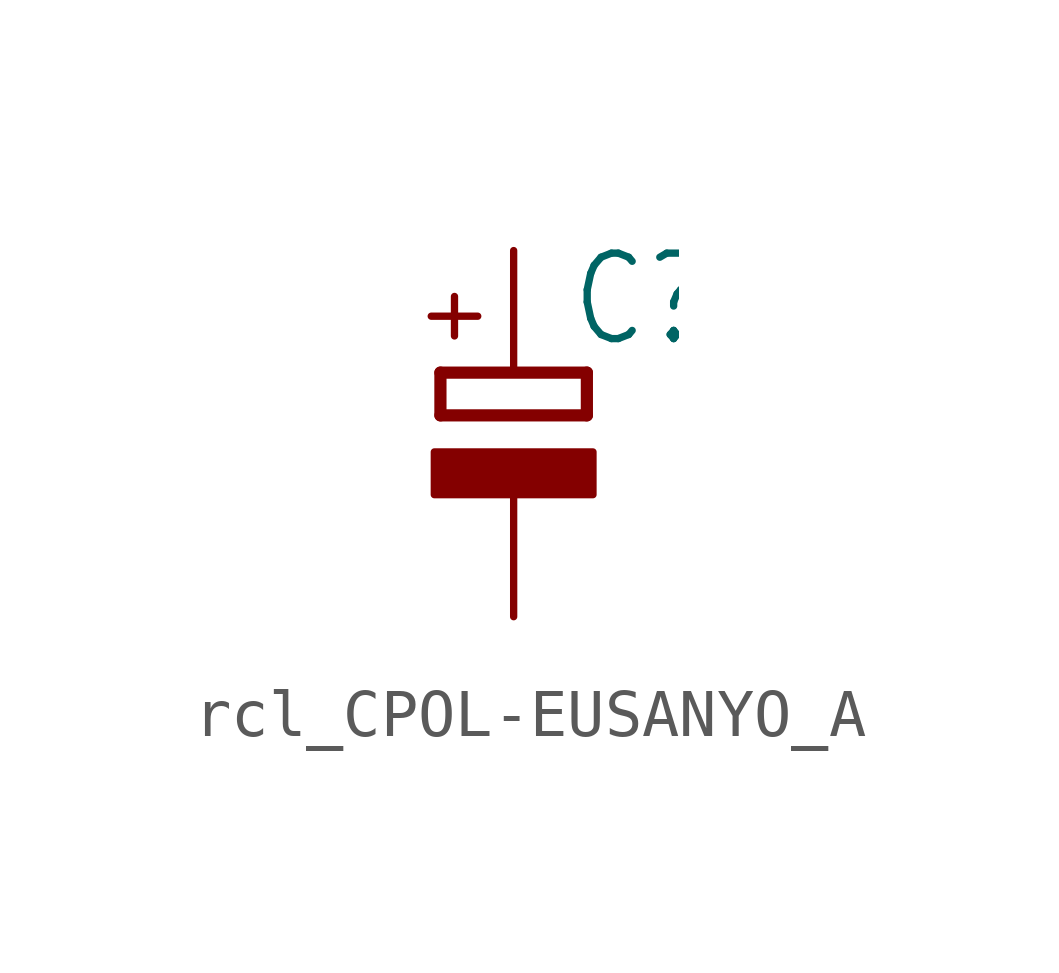
<source format=kicad_sym>
(kicad_symbol_lib
  (version 20241209)
  (generator "kicad_symbol_editor")
  (generator_version "9.0")
  (symbol "rcl_CPOL-EUSANYO_A"
    (property "Reference" "C"
      (at 1.143 0.483 0)
      (effects (font (size 1.778 1.511)) (justify left bottom)))
    (property "Value" ""
      (at 1.143 -4.597 0)
      (effects (font (size 1.778 1.511)) (justify left bottom)))
    (property "ki_locked" ""
      (at 0 0 0)
      (effects (font (size 1.27 1.27))))
    (symbol "rcl_CPOL-EUSANYO_A_1_0"
      (rectangle (start -1.651 -2.54) (end 1.651 -1.651) (stroke (width 0) (type default)) (fill (type outline)))
      (polyline (pts (xy -1.524 0) (xy -1.524 -0.889)) (stroke (width 0.254) (type solid)) (fill (type none)))
      (polyline (pts (xy -1.524 0) (xy 1.524 0)) (stroke (width 0.254) (type solid)) (fill (type none)))
      (polyline (pts (xy -1.524 -0.889) (xy 1.524 -0.889)) (stroke (width 0.254) (type solid)) (fill (type none)))
      (polyline (pts (xy 1.524 -0.889) (xy 1.524 0)) (stroke (width 0.254) (type solid)) (fill (type none)))
      (text "+" (at -0.584 0.406 900) (effects (font (size 1.27 1.079)) (justify left bottom)))
      (pin passive line (at 0 2.54 270) (length 2.54) (name "+" (effects (font (size 0 0)))) (number "+" (effects (font (size 0 0)))))
      (pin passive line (at 0 -5.08 90) (length 2.54) (name "-" (effects (font (size 0 0)))) (number "-" (effects (font (size 0 0))))))))
</source>
